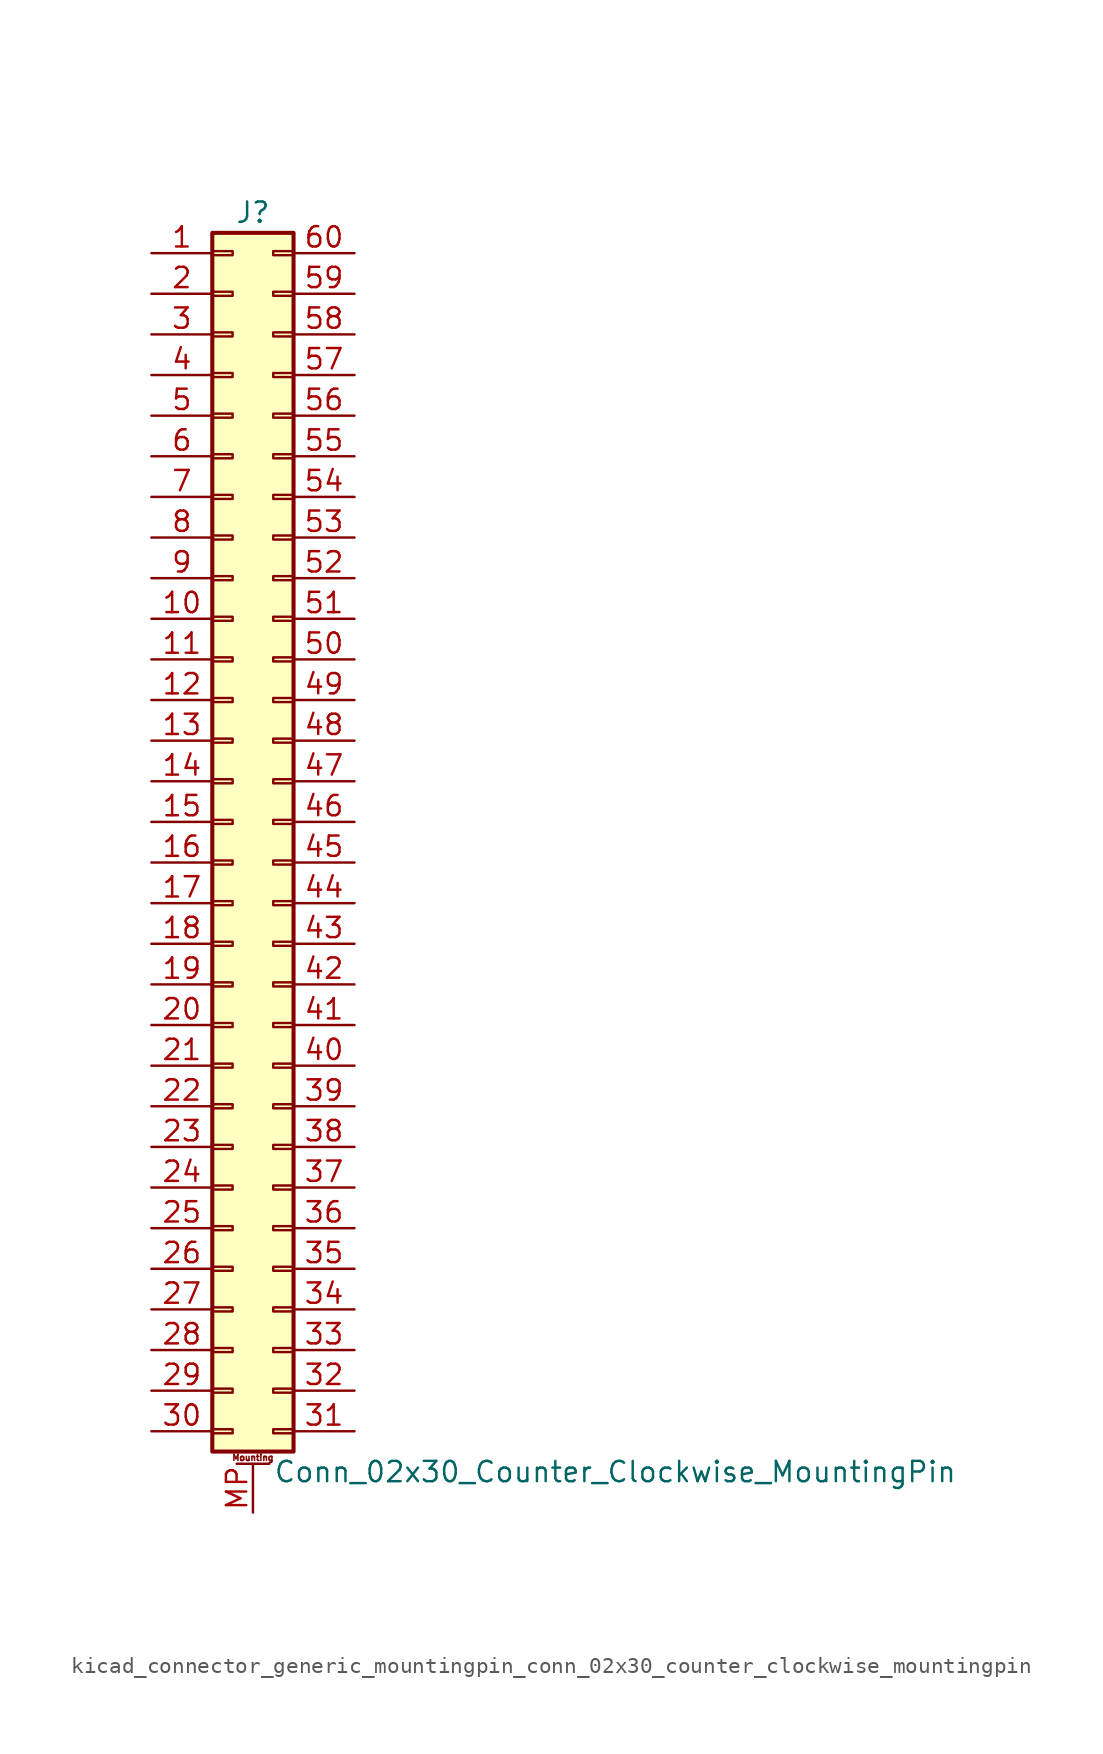
<source format=kicad_sym>
(kicad_symbol_lib
  (version 20220914)
  (generator kicad_symbol_editor)
  (symbol "kicad_connector_generic_mountingpin_conn_02x30_counter_clockwise_mountingpin"
    (pin_names
      (offset 1.016) hide)
    (property "Reference" "J"
      (at 1.27 38.1 0)
      (effects (font (size 1.27 1.27))))
    (property "Value" "Conn_02x30_Counter_Clockwise_MountingPin"
      (at 2.54 -40.64 0)
      (effects (font (size 1.27 1.27)) (justify left)))
    (symbol "kicad_connector_generic_mountingpin_conn_02x30_counter_clockwise_mountingpin_1_1"
      (rectangle (start -1.27 -37.973) (end 0 -38.227) (stroke (width 0.152) (type default)) (fill (type none)))
      (rectangle (start -1.27 -35.433) (end 0 -35.687) (stroke (width 0.152) (type default)) (fill (type none)))
      (rectangle (start -1.27 -32.893) (end 0 -33.147) (stroke (width 0.152) (type default)) (fill (type none)))
      (rectangle (start -1.27 -30.353) (end 0 -30.607) (stroke (width 0.152) (type default)) (fill (type none)))
      (rectangle (start -1.27 -27.813) (end 0 -28.067) (stroke (width 0.152) (type default)) (fill (type none)))
      (rectangle (start -1.27 -25.273) (end 0 -25.527) (stroke (width 0.152) (type default)) (fill (type none)))
      (rectangle (start -1.27 -22.733) (end 0 -22.987) (stroke (width 0.152) (type default)) (fill (type none)))
      (rectangle (start -1.27 -20.193) (end 0 -20.447) (stroke (width 0.152) (type default)) (fill (type none)))
      (rectangle (start -1.27 -17.653) (end 0 -17.907) (stroke (width 0.152) (type default)) (fill (type none)))
      (rectangle (start -1.27 -15.113) (end 0 -15.367) (stroke (width 0.152) (type default)) (fill (type none)))
      (rectangle (start -1.27 -12.573) (end 0 -12.827) (stroke (width 0.152) (type default)) (fill (type none)))
      (rectangle (start -1.27 -10.033) (end 0 -10.287) (stroke (width 0.152) (type default)) (fill (type none)))
      (rectangle (start -1.27 -7.493) (end 0 -7.747) (stroke (width 0.152) (type default)) (fill (type none)))
      (rectangle (start -1.27 -4.953) (end 0 -5.207) (stroke (width 0.152) (type default)) (fill (type none)))
      (rectangle (start -1.27 -2.413) (end 0 -2.667) (stroke (width 0.152) (type default)) (fill (type none)))
      (rectangle (start -1.27 0.127) (end 0 -0.127) (stroke (width 0.152) (type default)) (fill (type none)))
      (rectangle (start -1.27 2.667) (end 0 2.413) (stroke (width 0.152) (type default)) (fill (type none)))
      (rectangle (start -1.27 5.207) (end 0 4.953) (stroke (width 0.152) (type default)) (fill (type none)))
      (rectangle (start -1.27 7.747) (end 0 7.493) (stroke (width 0.152) (type default)) (fill (type none)))
      (rectangle (start -1.27 10.287) (end 0 10.033) (stroke (width 0.152) (type default)) (fill (type none)))
      (rectangle (start -1.27 12.827) (end 0 12.573) (stroke (width 0.152) (type default)) (fill (type none)))
      (rectangle (start -1.27 15.367) (end 0 15.113) (stroke (width 0.152) (type default)) (fill (type none)))
      (rectangle (start -1.27 17.907) (end 0 17.653) (stroke (width 0.152) (type default)) (fill (type none)))
      (rectangle (start -1.27 20.447) (end 0 20.193) (stroke (width 0.152) (type default)) (fill (type none)))
      (rectangle (start -1.27 22.987) (end 0 22.733) (stroke (width 0.152) (type default)) (fill (type none)))
      (rectangle (start -1.27 25.527) (end 0 25.273) (stroke (width 0.152) (type default)) (fill (type none)))
      (rectangle (start -1.27 28.067) (end 0 27.813) (stroke (width 0.152) (type default)) (fill (type none)))
      (rectangle (start -1.27 30.607) (end 0 30.353) (stroke (width 0.152) (type default)) (fill (type none)))
      (rectangle (start -1.27 33.147) (end 0 32.893) (stroke (width 0.152) (type default)) (fill (type none)))
      (rectangle (start -1.27 35.687) (end 0 35.433) (stroke (width 0.152) (type default)) (fill (type none)))
      (rectangle (start -1.27 36.83) (end 3.81 -39.37) (stroke (width 0.254) (type default)) (fill (type background)))
      (polyline (pts (xy 0.254 -40.132) (xy 2.286 -40.132)) (stroke (width 0.152) (type default)) (fill (type none)))
      (rectangle (start 3.81 -37.973) (end 2.54 -38.227) (stroke (width 0.152) (type default)) (fill (type none)))
      (rectangle (start 3.81 -35.433) (end 2.54 -35.687) (stroke (width 0.152) (type default)) (fill (type none)))
      (rectangle (start 3.81 -32.893) (end 2.54 -33.147) (stroke (width 0.152) (type default)) (fill (type none)))
      (rectangle (start 3.81 -30.353) (end 2.54 -30.607) (stroke (width 0.152) (type default)) (fill (type none)))
      (rectangle (start 3.81 -27.813) (end 2.54 -28.067) (stroke (width 0.152) (type default)) (fill (type none)))
      (rectangle (start 3.81 -25.273) (end 2.54 -25.527) (stroke (width 0.152) (type default)) (fill (type none)))
      (rectangle (start 3.81 -22.733) (end 2.54 -22.987) (stroke (width 0.152) (type default)) (fill (type none)))
      (rectangle (start 3.81 -20.193) (end 2.54 -20.447) (stroke (width 0.152) (type default)) (fill (type none)))
      (rectangle (start 3.81 -17.653) (end 2.54 -17.907) (stroke (width 0.152) (type default)) (fill (type none)))
      (rectangle (start 3.81 -15.113) (end 2.54 -15.367) (stroke (width 0.152) (type default)) (fill (type none)))
      (rectangle (start 3.81 -12.573) (end 2.54 -12.827) (stroke (width 0.152) (type default)) (fill (type none)))
      (rectangle (start 3.81 -10.033) (end 2.54 -10.287) (stroke (width 0.152) (type default)) (fill (type none)))
      (rectangle (start 3.81 -7.493) (end 2.54 -7.747) (stroke (width 0.152) (type default)) (fill (type none)))
      (rectangle (start 3.81 -4.953) (end 2.54 -5.207) (stroke (width 0.152) (type default)) (fill (type none)))
      (rectangle (start 3.81 -2.413) (end 2.54 -2.667) (stroke (width 0.152) (type default)) (fill (type none)))
      (rectangle (start 3.81 0.127) (end 2.54 -0.127) (stroke (width 0.152) (type default)) (fill (type none)))
      (rectangle (start 3.81 2.667) (end 2.54 2.413) (stroke (width 0.152) (type default)) (fill (type none)))
      (rectangle (start 3.81 5.207) (end 2.54 4.953) (stroke (width 0.152) (type default)) (fill (type none)))
      (rectangle (start 3.81 7.747) (end 2.54 7.493) (stroke (width 0.152) (type default)) (fill (type none)))
      (rectangle (start 3.81 10.287) (end 2.54 10.033) (stroke (width 0.152) (type default)) (fill (type none)))
      (rectangle (start 3.81 12.827) (end 2.54 12.573) (stroke (width 0.152) (type default)) (fill (type none)))
      (rectangle (start 3.81 15.367) (end 2.54 15.113) (stroke (width 0.152) (type default)) (fill (type none)))
      (rectangle (start 3.81 17.907) (end 2.54 17.653) (stroke (width 0.152) (type default)) (fill (type none)))
      (rectangle (start 3.81 20.447) (end 2.54 20.193) (stroke (width 0.152) (type default)) (fill (type none)))
      (rectangle (start 3.81 22.987) (end 2.54 22.733) (stroke (width 0.152) (type default)) (fill (type none)))
      (rectangle (start 3.81 25.527) (end 2.54 25.273) (stroke (width 0.152) (type default)) (fill (type none)))
      (rectangle (start 3.81 28.067) (end 2.54 27.813) (stroke (width 0.152) (type default)) (fill (type none)))
      (rectangle (start 3.81 30.607) (end 2.54 30.353) (stroke (width 0.152) (type default)) (fill (type none)))
      (rectangle (start 3.81 33.147) (end 2.54 32.893) (stroke (width 0.152) (type default)) (fill (type none)))
      (rectangle (start 3.81 35.687) (end 2.54 35.433) (stroke (width 0.152) (type default)) (fill (type none)))
      (text "Mounting" (at 1.27 -39.751 0) (effects (font (size 0.381 0.381))))
      (pin passive line (at -5.08 35.56 0) (length 3.81) (name "Pin_1" (effects (font (size 1.27 1.27)))) (number "1" (effects (font (size 1.27 1.27)))))
      (pin passive line (at -5.08 12.7 0) (length 3.81) (name "Pin_10" (effects (font (size 1.27 1.27)))) (number "10" (effects (font (size 1.27 1.27)))))
      (pin passive line (at -5.08 10.16 0) (length 3.81) (name "Pin_11" (effects (font (size 1.27 1.27)))) (number "11" (effects (font (size 1.27 1.27)))))
      (pin passive line (at -5.08 7.62 0) (length 3.81) (name "Pin_12" (effects (font (size 1.27 1.27)))) (number "12" (effects (font (size 1.27 1.27)))))
      (pin passive line (at -5.08 5.08 0) (length 3.81) (name "Pin_13" (effects (font (size 1.27 1.27)))) (number "13" (effects (font (size 1.27 1.27)))))
      (pin passive line (at -5.08 2.54 0) (length 3.81) (name "Pin_14" (effects (font (size 1.27 1.27)))) (number "14" (effects (font (size 1.27 1.27)))))
      (pin passive line (at -5.08 0 0) (length 3.81) (name "Pin_15" (effects (font (size 1.27 1.27)))) (number "15" (effects (font (size 1.27 1.27)))))
      (pin passive line (at -5.08 -2.54 0) (length 3.81) (name "Pin_16" (effects (font (size 1.27 1.27)))) (number "16" (effects (font (size 1.27 1.27)))))
      (pin passive line (at -5.08 -5.08 0) (length 3.81) (name "Pin_17" (effects (font (size 1.27 1.27)))) (number "17" (effects (font (size 1.27 1.27)))))
      (pin passive line (at -5.08 -7.62 0) (length 3.81) (name "Pin_18" (effects (font (size 1.27 1.27)))) (number "18" (effects (font (size 1.27 1.27)))))
      (pin passive line (at -5.08 -10.16 0) (length 3.81) (name "Pin_19" (effects (font (size 1.27 1.27)))) (number "19" (effects (font (size 1.27 1.27)))))
      (pin passive line (at -5.08 33.02 0) (length 3.81) (name "Pin_2" (effects (font (size 1.27 1.27)))) (number "2" (effects (font (size 1.27 1.27)))))
      (pin passive line (at -5.08 -12.7 0) (length 3.81) (name "Pin_20" (effects (font (size 1.27 1.27)))) (number "20" (effects (font (size 1.27 1.27)))))
      (pin passive line (at -5.08 -15.24 0) (length 3.81) (name "Pin_21" (effects (font (size 1.27 1.27)))) (number "21" (effects (font (size 1.27 1.27)))))
      (pin passive line (at -5.08 -17.78 0) (length 3.81) (name "Pin_22" (effects (font (size 1.27 1.27)))) (number "22" (effects (font (size 1.27 1.27)))))
      (pin passive line (at -5.08 -20.32 0) (length 3.81) (name "Pin_23" (effects (font (size 1.27 1.27)))) (number "23" (effects (font (size 1.27 1.27)))))
      (pin passive line (at -5.08 -22.86 0) (length 3.81) (name "Pin_24" (effects (font (size 1.27 1.27)))) (number "24" (effects (font (size 1.27 1.27)))))
      (pin passive line (at -5.08 -25.4 0) (length 3.81) (name "Pin_25" (effects (font (size 1.27 1.27)))) (number "25" (effects (font (size 1.27 1.27)))))
      (pin passive line (at -5.08 -27.94 0) (length 3.81) (name "Pin_26" (effects (font (size 1.27 1.27)))) (number "26" (effects (font (size 1.27 1.27)))))
      (pin passive line (at -5.08 -30.48 0) (length 3.81) (name "Pin_27" (effects (font (size 1.27 1.27)))) (number "27" (effects (font (size 1.27 1.27)))))
      (pin passive line (at -5.08 -33.02 0) (length 3.81) (name "Pin_28" (effects (font (size 1.27 1.27)))) (number "28" (effects (font (size 1.27 1.27)))))
      (pin passive line (at -5.08 -35.56 0) (length 3.81) (name "Pin_29" (effects (font (size 1.27 1.27)))) (number "29" (effects (font (size 1.27 1.27)))))
      (pin passive line (at -5.08 30.48 0) (length 3.81) (name "Pin_3" (effects (font (size 1.27 1.27)))) (number "3" (effects (font (size 1.27 1.27)))))
      (pin passive line (at -5.08 -38.1 0) (length 3.81) (name "Pin_30" (effects (font (size 1.27 1.27)))) (number "30" (effects (font (size 1.27 1.27)))))
      (pin passive line (at 7.62 -38.1 180) (length 3.81) (name "Pin_31" (effects (font (size 1.27 1.27)))) (number "31" (effects (font (size 1.27 1.27)))))
      (pin passive line (at 7.62 -35.56 180) (length 3.81) (name "Pin_32" (effects (font (size 1.27 1.27)))) (number "32" (effects (font (size 1.27 1.27)))))
      (pin passive line (at 7.62 -33.02 180) (length 3.81) (name "Pin_33" (effects (font (size 1.27 1.27)))) (number "33" (effects (font (size 1.27 1.27)))))
      (pin passive line (at 7.62 -30.48 180) (length 3.81) (name "Pin_34" (effects (font (size 1.27 1.27)))) (number "34" (effects (font (size 1.27 1.27)))))
      (pin passive line (at 7.62 -27.94 180) (length 3.81) (name "Pin_35" (effects (font (size 1.27 1.27)))) (number "35" (effects (font (size 1.27 1.27)))))
      (pin passive line (at 7.62 -25.4 180) (length 3.81) (name "Pin_36" (effects (font (size 1.27 1.27)))) (number "36" (effects (font (size 1.27 1.27)))))
      (pin passive line (at 7.62 -22.86 180) (length 3.81) (name "Pin_37" (effects (font (size 1.27 1.27)))) (number "37" (effects (font (size 1.27 1.27)))))
      (pin passive line (at 7.62 -20.32 180) (length 3.81) (name "Pin_38" (effects (font (size 1.27 1.27)))) (number "38" (effects (font (size 1.27 1.27)))))
      (pin passive line (at 7.62 -17.78 180) (length 3.81) (name "Pin_39" (effects (font (size 1.27 1.27)))) (number "39" (effects (font (size 1.27 1.27)))))
      (pin passive line (at -5.08 27.94 0) (length 3.81) (name "Pin_4" (effects (font (size 1.27 1.27)))) (number "4" (effects (font (size 1.27 1.27)))))
      (pin passive line (at 7.62 -15.24 180) (length 3.81) (name "Pin_40" (effects (font (size 1.27 1.27)))) (number "40" (effects (font (size 1.27 1.27)))))
      (pin passive line (at 7.62 -12.7 180) (length 3.81) (name "Pin_41" (effects (font (size 1.27 1.27)))) (number "41" (effects (font (size 1.27 1.27)))))
      (pin passive line (at 7.62 -10.16 180) (length 3.81) (name "Pin_42" (effects (font (size 1.27 1.27)))) (number "42" (effects (font (size 1.27 1.27)))))
      (pin passive line (at 7.62 -7.62 180) (length 3.81) (name "Pin_43" (effects (font (size 1.27 1.27)))) (number "43" (effects (font (size 1.27 1.27)))))
      (pin passive line (at 7.62 -5.08 180) (length 3.81) (name "Pin_44" (effects (font (size 1.27 1.27)))) (number "44" (effects (font (size 1.27 1.27)))))
      (pin passive line (at 7.62 -2.54 180) (length 3.81) (name "Pin_45" (effects (font (size 1.27 1.27)))) (number "45" (effects (font (size 1.27 1.27)))))
      (pin passive line (at 7.62 0 180) (length 3.81) (name "Pin_46" (effects (font (size 1.27 1.27)))) (number "46" (effects (font (size 1.27 1.27)))))
      (pin passive line (at 7.62 2.54 180) (length 3.81) (name "Pin_47" (effects (font (size 1.27 1.27)))) (number "47" (effects (font (size 1.27 1.27)))))
      (pin passive line (at 7.62 5.08 180) (length 3.81) (name "Pin_48" (effects (font (size 1.27 1.27)))) (number "48" (effects (font (size 1.27 1.27)))))
      (pin passive line (at 7.62 7.62 180) (length 3.81) (name "Pin_49" (effects (font (size 1.27 1.27)))) (number "49" (effects (font (size 1.27 1.27)))))
      (pin passive line (at -5.08 25.4 0) (length 3.81) (name "Pin_5" (effects (font (size 1.27 1.27)))) (number "5" (effects (font (size 1.27 1.27)))))
      (pin passive line (at 7.62 10.16 180) (length 3.81) (name "Pin_50" (effects (font (size 1.27 1.27)))) (number "50" (effects (font (size 1.27 1.27)))))
      (pin passive line (at 7.62 12.7 180) (length 3.81) (name "Pin_51" (effects (font (size 1.27 1.27)))) (number "51" (effects (font (size 1.27 1.27)))))
      (pin passive line (at 7.62 15.24 180) (length 3.81) (name "Pin_52" (effects (font (size 1.27 1.27)))) (number "52" (effects (font (size 1.27 1.27)))))
      (pin passive line (at 7.62 17.78 180) (length 3.81) (name "Pin_53" (effects (font (size 1.27 1.27)))) (number "53" (effects (font (size 1.27 1.27)))))
      (pin passive line (at 7.62 20.32 180) (length 3.81) (name "Pin_54" (effects (font (size 1.27 1.27)))) (number "54" (effects (font (size 1.27 1.27)))))
      (pin passive line (at 7.62 22.86 180) (length 3.81) (name "Pin_55" (effects (font (size 1.27 1.27)))) (number "55" (effects (font (size 1.27 1.27)))))
      (pin passive line (at 7.62 25.4 180) (length 3.81) (name "Pin_56" (effects (font (size 1.27 1.27)))) (number "56" (effects (font (size 1.27 1.27)))))
      (pin passive line (at 7.62 27.94 180) (length 3.81) (name "Pin_57" (effects (font (size 1.27 1.27)))) (number "57" (effects (font (size 1.27 1.27)))))
      (pin passive line (at 7.62 30.48 180) (length 3.81) (name "Pin_58" (effects (font (size 1.27 1.27)))) (number "58" (effects (font (size 1.27 1.27)))))
      (pin passive line (at 7.62 33.02 180) (length 3.81) (name "Pin_59" (effects (font (size 1.27 1.27)))) (number "59" (effects (font (size 1.27 1.27)))))
      (pin passive line (at -5.08 22.86 0) (length 3.81) (name "Pin_6" (effects (font (size 1.27 1.27)))) (number "6" (effects (font (size 1.27 1.27)))))
      (pin passive line (at 7.62 35.56 180) (length 3.81) (name "Pin_60" (effects (font (size 1.27 1.27)))) (number "60" (effects (font (size 1.27 1.27)))))
      (pin passive line (at -5.08 20.32 0) (length 3.81) (name "Pin_7" (effects (font (size 1.27 1.27)))) (number "7" (effects (font (size 1.27 1.27)))))
      (pin passive line (at -5.08 17.78 0) (length 3.81) (name "Pin_8" (effects (font (size 1.27 1.27)))) (number "8" (effects (font (size 1.27 1.27)))))
      (pin passive line (at -5.08 15.24 0) (length 3.81) (name "Pin_9" (effects (font (size 1.27 1.27)))) (number "9" (effects (font (size 1.27 1.27)))))
      (pin passive line (at 1.27 -43.18 90) (length 3.048) (name "MountPin" (effects (font (size 1.27 1.27)))) (number "MP" (effects (font (size 1.27 1.27))))))))
</source>
